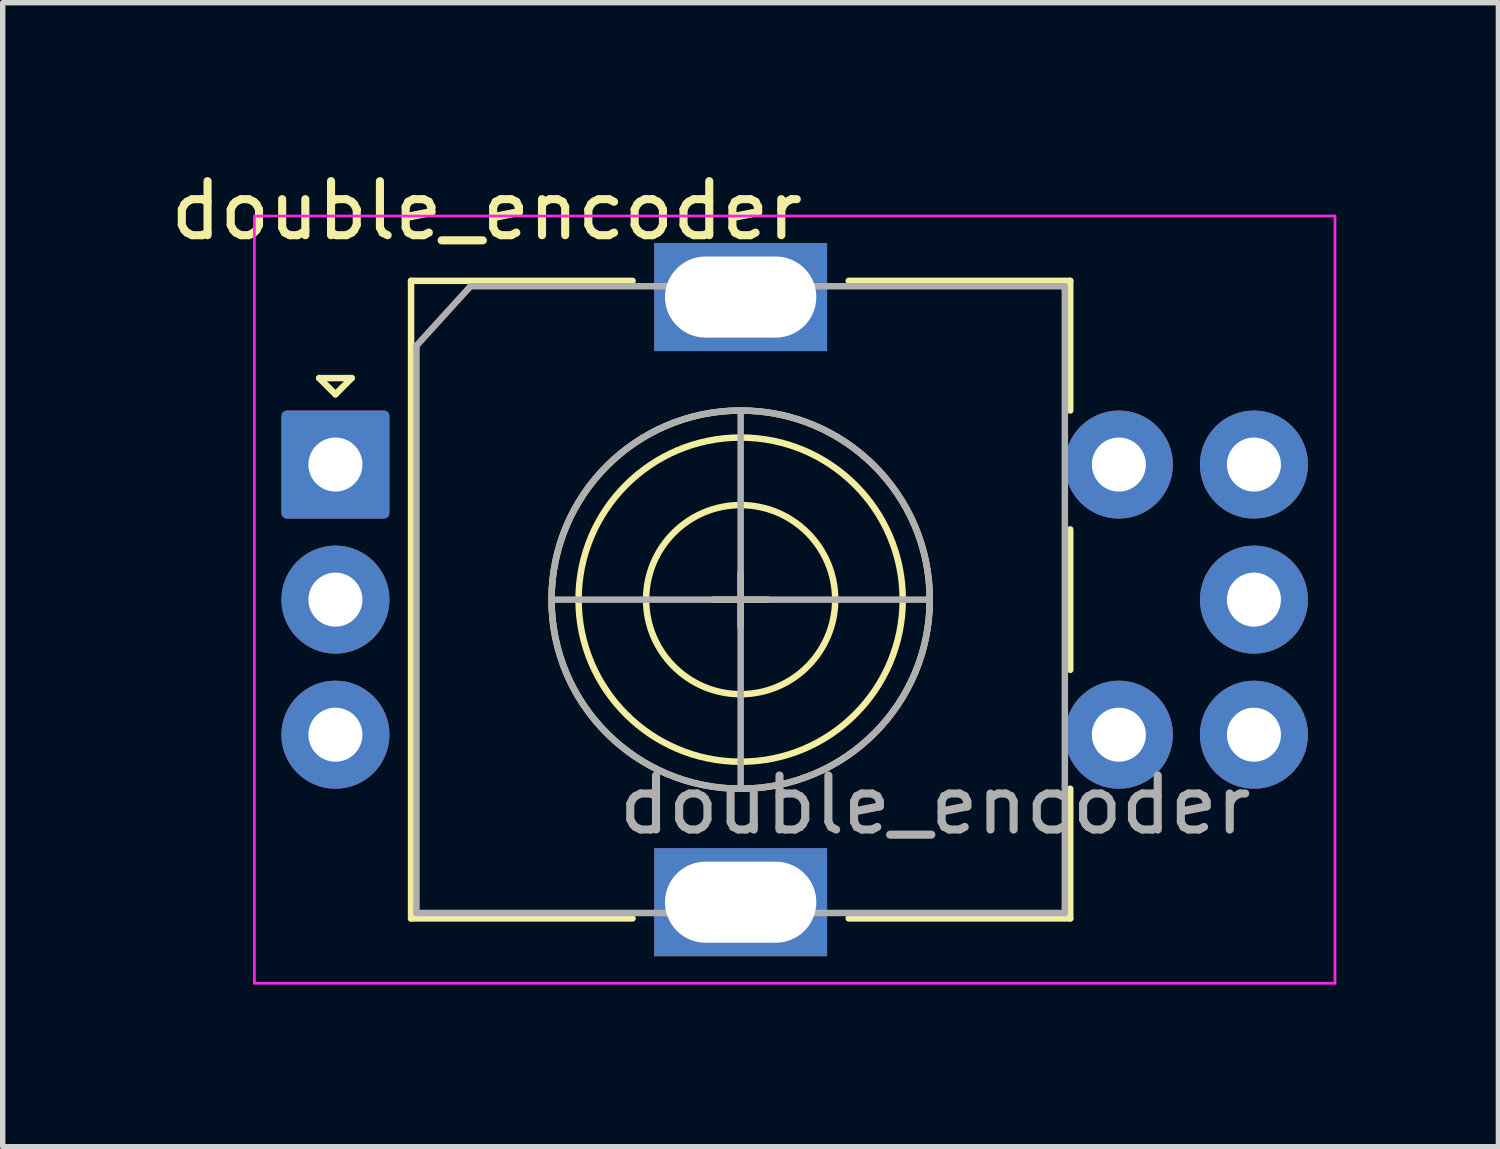
<source format=kicad_pcb>
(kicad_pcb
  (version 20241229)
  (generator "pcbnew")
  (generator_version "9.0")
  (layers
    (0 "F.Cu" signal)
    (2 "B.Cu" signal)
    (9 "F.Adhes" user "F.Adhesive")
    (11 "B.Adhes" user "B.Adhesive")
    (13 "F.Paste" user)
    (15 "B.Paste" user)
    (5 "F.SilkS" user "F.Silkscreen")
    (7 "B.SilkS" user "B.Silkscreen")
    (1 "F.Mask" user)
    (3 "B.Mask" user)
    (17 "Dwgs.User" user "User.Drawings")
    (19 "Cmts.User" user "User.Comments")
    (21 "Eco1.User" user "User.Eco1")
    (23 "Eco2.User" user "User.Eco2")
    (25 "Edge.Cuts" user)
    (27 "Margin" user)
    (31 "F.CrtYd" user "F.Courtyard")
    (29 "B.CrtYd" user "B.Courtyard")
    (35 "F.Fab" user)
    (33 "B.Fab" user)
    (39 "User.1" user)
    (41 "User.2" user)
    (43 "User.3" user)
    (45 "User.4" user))
  (footprint "double_encoder"
    (layer "F.Cu")
    (at 10.658 8.048)
    (property "Reference" "double_encoder" (at -4.7 -7.2 0) (layer "F.SilkS") (effects (font (size 1 1) (thickness 0.15))))
    (attr through_hole)
    (fp_line (start -7.8 -4.1) (end -7.2 -4.1) (stroke (width 0.12) (type solid)) (layer "F.SilkS"))
    (fp_line (start -7.5 -3.8) (end -7.8 -4.1) (stroke (width 0.12) (type solid)) (layer "F.SilkS"))
    (fp_line (start -7.2 -4.1) (end -7.5 -3.8) (stroke (width 0.12) (type solid)) (layer "F.SilkS"))
    (fp_line (start -6.1 -5.9) (end -6.1 5.9) (stroke (width 0.12) (type solid)) (layer "F.SilkS"))
    (fp_line (start -2 -5.9) (end -6.1 -5.9) (stroke (width 0.12) (type solid)) (layer "F.SilkS"))
    (fp_line (start -2 5.9) (end -6.1 5.9) (stroke (width 0.12) (type solid)) (layer "F.SilkS"))
    (fp_line (start -0.5 0) (end 0.5 0) (stroke (width 0.12) (type solid)) (layer "F.SilkS"))
    (fp_line (start 0 -0.5) (end 0 0.5) (stroke (width 0.12) (type solid)) (layer "F.SilkS"))
    (fp_line (start 2 -5.9) (end 6.1 -5.9) (stroke (width 0.12) (type solid)) (layer "F.SilkS"))
    (fp_line (start 6.1 -5.9) (end 6.1 -3.5) (stroke (width 0.12) (type solid)) (layer "F.SilkS"))
    (fp_line (start 6.1 -1.3) (end 6.1 1.3) (stroke (width 0.12) (type solid)) (layer "F.SilkS"))
    (fp_line (start 6.1 3.5) (end 6.1 5.9) (stroke (width 0.12) (type solid)) (layer "F.SilkS"))
    (fp_line (start 6.1 5.9) (end 2 5.9) (stroke (width 0.12) (type solid)) (layer "F.SilkS"))
    (fp_circle (center 0 0) (end 1.75 0) (stroke (width 0.12) (type solid)) (fill no) (layer "F.SilkS"))
    (fp_circle (center 0 0) (end 3 0) (stroke (width 0.12) (type solid)) (fill no) (layer "F.SilkS"))
    (fp_circle (center 0 0) (end 3.5 0) (stroke (width 0.12) (type solid)) (fill no) (layer "F.SilkS"))
    (fp_line (start -9 -7.1) (end -9 7.1) (stroke (width 0.05) (type solid)) (layer "F.CrtYd"))
    (fp_line (start -9 -7.1) (end 11 -7.1) (stroke (width 0.05) (type solid)) (layer "F.CrtYd"))
    (fp_line (start 11 7.1) (end -9 7.1) (stroke (width 0.05) (type solid)) (layer "F.CrtYd"))
    (fp_line (start 11 7.1) (end 11 -7.1) (stroke (width 0.05) (type solid)) (layer "F.CrtYd"))
    (fp_line (start -6 -4.7) (end -5 -5.8) (stroke (width 0.12) (type solid)) (layer "F.Fab"))
    (fp_line (start -6 5.8) (end -6 -4.7) (stroke (width 0.12) (type solid)) (layer "F.Fab"))
    (fp_line (start -5 -5.8) (end 6 -5.8) (stroke (width 0.12) (type solid)) (layer "F.Fab"))
    (fp_line (start -3.5 0) (end 3.5 0) (stroke (width 0.12) (type solid)) (layer "F.Fab"))
    (fp_line (start 0 -3.5) (end 0 3.5) (stroke (width 0.12) (type solid)) (layer "F.Fab"))
    (fp_line (start 6 -5.8) (end 6 5.8) (stroke (width 0.12) (type solid)) (layer "F.Fab"))
    (fp_line (start 6 5.8) (end -6 5.8) (stroke (width 0.12) (type solid)) (layer "F.Fab"))
    (fp_circle (center 0 0) (end 3.5 0) (stroke (width 0.12) (type solid)) (fill no) (layer "F.Fab"))
    (fp_text user "${REFERENCE}" (at 3.6 3.8 0) (layer "F.Fab") (effects (font (size 1 1) (thickness 0.15))))
    (pad "A" thru_hole roundrect (at -7.5 -2.5) (size 2 2) (drill 1) (layers "*.Cu" "*.Mask") (roundrect_rratio 0.05))
    (pad "B" thru_hole circle (at -7.5 2.5) (size 2 2) (drill 1) (layers "*.Cu" "*.Mask"))
    (pad "C" thru_hole circle (at -7.5 0) (size 2 2) (drill 1) (layers "*.Cu" "*.Mask"))
    (pad "MP" thru_hole rect (at 0 -5.6) (size 3.2 2) (drill oval 2.8 1.5) (layers "*.Cu" "*.Mask"))
    (pad "MP" thru_hole rect (at 0 5.6) (size 3.2 2) (drill oval 2.8 1.5) (layers "*.Cu" "*.Mask"))
    (pad "S1" thru_hole circle (at 7 2.5) (size 2 2) (drill 1) (layers "*.Cu" "*.Mask"))
    (pad "S2" thru_hole circle (at 7 -2.5) (size 2 2) (drill 1) (layers "*.Cu" "*.Mask"))
    (pad "a" thru_hole circle (at 9.5 -2.5) (size 2 2) (drill 1) (layers "*.Cu" "*.Mask"))
    (pad "b" thru_hole circle (at 9.5 2.5) (size 2 2) (drill 1) (layers "*.Cu" "*.Mask"))
    (pad "c" thru_hole circle (at 9.5 0) (size 2 2) (drill 1) (layers "*.Cu" "*.Mask")))
  (gr_rect
    (start -3 -3)
    (end 24.683 18.173)
    (stroke (width 0.1) (type default))
    (fill no)
    (layer "Edge.Cuts")))
</source>
